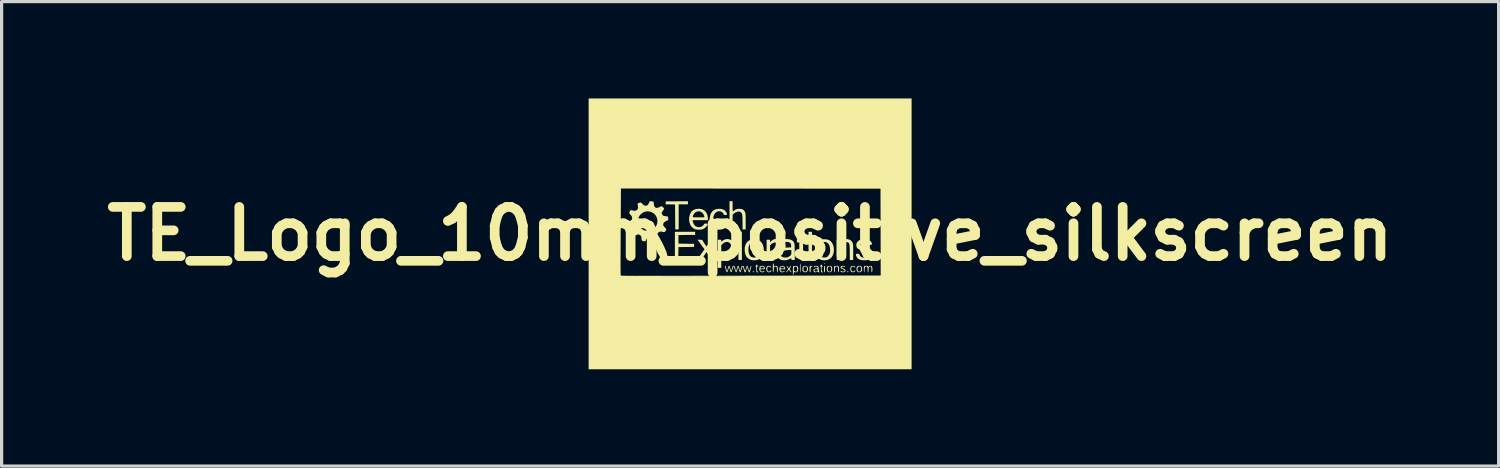
<source format=kicad_pcb>
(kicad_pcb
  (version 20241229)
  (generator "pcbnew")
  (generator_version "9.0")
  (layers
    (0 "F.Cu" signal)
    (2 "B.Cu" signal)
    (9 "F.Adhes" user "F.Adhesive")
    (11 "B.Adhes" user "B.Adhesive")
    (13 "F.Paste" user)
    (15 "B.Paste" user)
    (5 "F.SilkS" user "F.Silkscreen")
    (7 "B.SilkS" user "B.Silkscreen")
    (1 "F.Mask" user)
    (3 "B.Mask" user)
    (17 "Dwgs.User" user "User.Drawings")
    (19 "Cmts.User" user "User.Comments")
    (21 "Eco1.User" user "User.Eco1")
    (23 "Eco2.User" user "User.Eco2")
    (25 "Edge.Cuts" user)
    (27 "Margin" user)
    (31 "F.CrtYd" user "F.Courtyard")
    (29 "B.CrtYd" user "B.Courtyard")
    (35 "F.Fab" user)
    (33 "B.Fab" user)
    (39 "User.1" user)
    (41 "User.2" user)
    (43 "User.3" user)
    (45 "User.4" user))
  (footprint "TE_Logo_10mm_positive_silkscreen"
    (layer "F.Cu")
    (at 20.182 4.193)
    (property "Reference" "TE_Logo_10mm_positive_silkscreen" (at 0 0 0) (layer "F.SilkS") (effects (font (size 1.524 1.524) (thickness 0.3))))
    (attr board_only exclude_from_pos_files exclude_from_bom)
    (fp_poly (pts (xy -0.255 0.809) (xy -0.362 0.809) (xy -0.362 -0.064) (xy -0.255 -0.064)) (stroke (width 0) (type solid)) (fill yes) (layer "F.SilkS"))
    (fp_poly (pts (xy 1.915 0.053) (xy 1.809 0.053) (xy 1.809 -0.064) (xy 1.915 -0.064)) (stroke (width 0) (type solid)) (fill yes) (layer "F.SilkS"))
    (fp_poly (pts (xy 1.915 0.809) (xy 1.809 0.809) (xy 1.809 0.181) (xy 1.915 0.181)) (stroke (width 0) (type solid)) (fill yes) (layer "F.SilkS"))
    (fp_poly (pts (xy 0.114 1.158) (xy 0.117 1.171) (xy 0.11 1.188) (xy 0.101 1.192) (xy 0.088 1.183) (xy 0.085 1.171) (xy 0.092 1.153) (xy 0.101 1.149)) (stroke (width 0) (type solid)) (fill yes) (layer "F.SilkS"))
    (fp_poly (pts (xy 2.318 0.921) (xy 2.32 0.926) (xy 2.311 0.935) (xy 2.304 0.936) (xy 2.29 0.931) (xy 2.288 0.926) (xy 2.296 0.916) (xy 2.304 0.915)) (stroke (width 0) (type solid)) (fill yes) (layer "F.SilkS"))
    (fp_poly (pts (xy 3.04 1.158) (xy 3.043 1.171) (xy 3.037 1.188) (xy 3.027 1.192) (xy 3.014 1.183) (xy 3.011 1.171) (xy 3.018 1.153) (xy 3.027 1.149)) (stroke (width 0) (type solid)) (fill yes) (layer "F.SilkS"))
    (fp_poly (pts (xy -1.926 -0.915) (xy -2.213 -0.915) (xy -2.213 -0.138) (xy -2.319 -0.138) (xy -2.322 -0.524) (xy -2.325 -0.91) (xy -2.617 -0.916) (xy -2.611 -1.006) (xy -1.926 -1.011)) (stroke (width 0) (type solid)) (fill yes) (layer "F.SilkS"))
    (fp_poly (pts (xy -1.703 0.032) (xy -1.961 0.034) (xy -2.219 0.037) (xy -2.219 0.303) (xy -1.734 0.309) (xy -1.734 0.404) (xy -2.219 0.41) (xy -2.222 0.556) (xy -2.225 0.702) (xy -1.956 0.705) (xy -1.687 0.708) (xy -1.683 0.758) (xy -1.68 0.809) (xy -2.33 0.809) (xy -2.33 -0.064) (xy -1.703 -0.064)) (stroke (width 0) (type solid)) (fill yes) (layer "F.SilkS"))
    (fp_poly (pts (xy 1.558 0.925) (xy 1.562 0.955) (xy 1.564 1.001) (xy 1.564 1.053) (xy 1.563 1.113) (xy 1.561 1.157) (xy 1.558 1.184) (xy 1.554 1.192) (xy 1.549 1.182) (xy 1.546 1.152) (xy 1.544 1.106) (xy 1.543 1.053) (xy 1.544 0.994) (xy 1.546 0.95) (xy 1.55 0.923) (xy 1.554 0.915)) (stroke (width 0) (type solid)) (fill yes) (layer "F.SilkS"))
    (fp_poly (pts (xy 0.83 0.218) (xy 0.829 0.252) (xy 0.826 0.268) (xy 0.818 0.273) (xy 0.803 0.27) (xy 0.754 0.268) (xy 0.703 0.285) (xy 0.659 0.316) (xy 0.617 0.354) (xy 0.617 0.809) (xy 0.511 0.809) (xy 0.511 0.181) (xy 0.617 0.181) (xy 0.617 0.26) (xy 0.657 0.221) (xy 0.704 0.184) (xy 0.751 0.164) (xy 0.793 0.16) (xy 0.83 0.16)) (stroke (width 0) (type solid)) (fill yes) (layer "F.SilkS"))
    (fp_poly (pts (xy 2.311 0.993) (xy 2.316 1.006) (xy 2.319 1.033) (xy 2.32 1.076) (xy 2.32 1.091) (xy 2.319 1.142) (xy 2.316 1.174) (xy 2.31 1.189) (xy 2.301 1.19) (xy 2.295 1.185) (xy 2.292 1.172) (xy 2.289 1.142) (xy 2.288 1.102) (xy 2.288 1.084) (xy 2.288 1.037) (xy 2.291 1.009) (xy 2.295 0.994) (xy 2.303 0.99) (xy 2.304 0.99)) (stroke (width 0) (type solid)) (fill yes) (layer "F.SilkS"))
    (fp_poly (pts (xy 1.871 0.996) (xy 1.873 1.002) (xy 1.876 1.01) (xy 1.886 1.002) (xy 1.903 0.992) (xy 1.923 0.99) (xy 1.936 0.996) (xy 1.937 1) (xy 1.928 1.009) (xy 1.916 1.011) (xy 1.895 1.018) (xy 1.881 1.041) (xy 1.874 1.082) (xy 1.873 1.122) (xy 1.872 1.161) (xy 1.868 1.183) (xy 1.861 1.191) (xy 1.857 1.192) (xy 1.849 1.188) (xy 1.844 1.175) (xy 1.842 1.149) (xy 1.841 1.105) (xy 1.841 1.091) (xy 1.841 1.043) (xy 1.844 1.012) (xy 1.848 0.996) (xy 1.855 0.99) (xy 1.857 0.99)) (stroke (width 0) (type solid)) (fill yes) (layer "F.SilkS"))
    (fp_poly (pts (xy 0.62 0.996) (xy 0.643 1.013) (xy 0.652 1.034) (xy 0.646 1.042) (xy 0.629 1.036) (xy 0.618 1.028) (xy 0.59 1.013) (xy 0.561 1.014) (xy 0.545 1.024) (xy 0.536 1.045) (xy 0.532 1.077) (xy 0.534 1.113) (xy 0.542 1.142) (xy 0.549 1.154) (xy 0.575 1.169) (xy 0.602 1.166) (xy 0.62 1.149) (xy 0.635 1.133) (xy 0.651 1.128) (xy 0.659 1.135) (xy 0.66 1.139) (xy 0.653 1.153) (xy 0.638 1.171) (xy 0.607 1.189) (xy 0.57 1.19) (xy 0.535 1.173) (xy 0.526 1.166) (xy 0.507 1.134) (xy 0.499 1.094) (xy 0.502 1.052) (xy 0.515 1.018) (xy 0.521 1.011) (xy 0.551 0.994) (xy 0.586 0.989)) (stroke (width 0) (type solid)) (fill yes) (layer "F.SilkS"))
    (fp_poly (pts (xy 3.213 0.994) (xy 3.24 1.006) (xy 3.255 1.025) (xy 3.256 1.033) (xy 3.249 1.042) (xy 3.234 1.041) (xy 3.222 1.03) (xy 3.22 1.027) (xy 3.206 1.015) (xy 3.182 1.011) (xy 3.155 1.016) (xy 3.141 1.034) (xy 3.139 1.038) (xy 3.13 1.079) (xy 3.132 1.115) (xy 3.144 1.145) (xy 3.162 1.164) (xy 3.185 1.17) (xy 3.21 1.16) (xy 3.221 1.149) (xy 3.241 1.131) (xy 3.253 1.131) (xy 3.256 1.143) (xy 3.247 1.165) (xy 3.223 1.181) (xy 3.191 1.189) (xy 3.158 1.188) (xy 3.137 1.181) (xy 3.116 1.157) (xy 3.104 1.121) (xy 3.101 1.08) (xy 3.108 1.04) (xy 3.125 1.009) (xy 3.149 0.994) (xy 3.18 0.99)) (stroke (width 0) (type solid)) (fill yes) (layer "F.SilkS"))
    (fp_poly (pts (xy 1.749 0.998) (xy 1.778 1.023) (xy 1.793 1.06) (xy 1.792 1.108) (xy 1.787 1.13) (xy 1.768 1.165) (xy 1.737 1.186) (xy 1.701 1.191) (xy 1.664 1.181) (xy 1.642 1.164) (xy 1.626 1.146) (xy 1.619 1.127) (xy 1.618 1.099) (xy 1.619 1.091) (xy 1.65 1.091) (xy 1.654 1.127) (xy 1.665 1.152) (xy 1.667 1.154) (xy 1.694 1.168) (xy 1.723 1.165) (xy 1.748 1.146) (xy 1.754 1.135) (xy 1.763 1.097) (xy 1.759 1.055) (xy 1.746 1.023) (xy 1.728 1.011) (xy 1.701 1.009) (xy 1.675 1.018) (xy 1.663 1.028) (xy 1.653 1.055) (xy 1.65 1.091) (xy 1.619 1.091) (xy 1.62 1.078) (xy 1.627 1.033) (xy 1.643 1.006) (xy 1.671 0.993) (xy 1.708 0.99)) (stroke (width 0) (type solid)) (fill yes) (layer "F.SilkS"))
    (fp_poly (pts (xy 2.207 0.951) (xy 2.216 0.968) (xy 2.216 0.968) (xy 2.228 0.986) (xy 2.239 0.99) (xy 2.254 0.995) (xy 2.256 1) (xy 2.247 1.009) (xy 2.235 1.011) (xy 2.223 1.013) (xy 2.216 1.024) (xy 2.214 1.047) (xy 2.213 1.074) (xy 2.215 1.122) (xy 2.22 1.153) (xy 2.23 1.168) (xy 2.241 1.171) (xy 2.254 1.177) (xy 2.256 1.181) (xy 2.247 1.189) (xy 2.228 1.192) (xy 2.207 1.189) (xy 2.199 1.185) (xy 2.196 1.171) (xy 2.193 1.142) (xy 2.192 1.104) (xy 2.192 1.095) (xy 2.191 1.052) (xy 2.188 1.026) (xy 2.182 1.012) (xy 2.173 1.006) (xy 2.16 0.999) (xy 2.166 0.992) (xy 2.173 0.988) (xy 2.189 0.973) (xy 2.192 0.962) (xy 2.197 0.948)) (stroke (width 0) (type solid)) (fill yes) (layer "F.SilkS"))
    (fp_poly (pts (xy 0.211 0.956) (xy 0.216 0.968) (xy 0.228 0.986) (xy 0.238 0.99) (xy 0.253 0.995) (xy 0.255 1) (xy 0.246 1.009) (xy 0.234 1.011) (xy 0.222 1.013) (xy 0.216 1.024) (xy 0.213 1.047) (xy 0.213 1.074) (xy 0.214 1.122) (xy 0.22 1.153) (xy 0.23 1.168) (xy 0.241 1.171) (xy 0.254 1.177) (xy 0.255 1.181) (xy 0.247 1.189) (xy 0.227 1.192) (xy 0.207 1.189) (xy 0.199 1.185) (xy 0.195 1.171) (xy 0.193 1.142) (xy 0.192 1.104) (xy 0.192 1.094) (xy 0.191 1.051) (xy 0.188 1.025) (xy 0.182 1.013) (xy 0.176 1.011) (xy 0.161 1.005) (xy 0.16 1) (xy 0.168 0.991) (xy 0.176 0.99) (xy 0.189 0.981) (xy 0.192 0.968) (xy 0.195 0.951) (xy 0.201 0.947)) (stroke (width 0) (type solid)) (fill yes) (layer "F.SilkS"))
    (fp_poly (pts (xy 3.423 0.995) (xy 3.451 1.014) (xy 3.466 1.047) (xy 3.469 1.086) (xy 3.466 1.123) (xy 3.457 1.149) (xy 3.443 1.166) (xy 3.408 1.188) (xy 3.369 1.191) (xy 3.333 1.176) (xy 3.32 1.165) (xy 3.301 1.132) (xy 3.295 1.089) (xy 3.297 1.069) (xy 3.326 1.069) (xy 3.326 1.107) (xy 3.333 1.136) (xy 3.343 1.156) (xy 3.344 1.157) (xy 3.365 1.169) (xy 3.394 1.168) (xy 3.419 1.155) (xy 3.42 1.154) (xy 3.433 1.129) (xy 3.438 1.094) (xy 3.435 1.058) (xy 3.424 1.028) (xy 3.415 1.018) (xy 3.386 1.007) (xy 3.359 1.015) (xy 3.338 1.037) (xy 3.326 1.069) (xy 3.297 1.069) (xy 3.301 1.045) (xy 3.313 1.017) (xy 3.329 0.999) (xy 3.35 0.991) (xy 3.379 0.99)) (stroke (width 0) (type solid)) (fill yes) (layer "F.SilkS"))
    (fp_poly (pts (xy 2.499 0.995) (xy 2.525 1.012) (xy 2.539 1.043) (xy 2.543 1.088) (xy 2.54 1.126) (xy 2.529 1.151) (xy 2.517 1.166) (xy 2.482 1.187) (xy 2.443 1.19) (xy 2.404 1.172) (xy 2.401 1.17) (xy 2.384 1.153) (xy 2.375 1.132) (xy 2.373 1.1) (xy 2.373 1.092) (xy 2.374 1.08) (xy 2.4 1.08) (xy 2.406 1.123) (xy 2.41 1.134) (xy 2.424 1.159) (xy 2.441 1.169) (xy 2.457 1.171) (xy 2.488 1.163) (xy 2.5 1.15) (xy 2.507 1.127) (xy 2.511 1.093) (xy 2.511 1.081) (xy 2.509 1.048) (xy 2.5 1.028) (xy 2.485 1.015) (xy 2.464 1.004) (xy 2.447 1.006) (xy 2.433 1.014) (xy 2.409 1.042) (xy 2.4 1.08) (xy 2.374 1.08) (xy 2.377 1.044) (xy 2.39 1.012) (xy 2.415 0.995) (xy 2.454 0.99) (xy 2.458 0.99)) (stroke (width 0) (type solid)) (fill yes) (layer "F.SilkS"))
    (fp_poly (pts (xy 2.615 0.991) (xy 2.621 1.003) (xy 2.628 1.011) (xy 2.64 1.003) (xy 2.659 0.994) (xy 2.689 0.99) (xy 2.695 0.99) (xy 2.723 0.992) (xy 2.738 1.003) (xy 2.746 1.018) (xy 2.752 1.045) (xy 2.754 1.08) (xy 2.754 1.119) (xy 2.75 1.154) (xy 2.744 1.18) (xy 2.737 1.189) (xy 2.73 1.185) (xy 2.726 1.166) (xy 2.724 1.129) (xy 2.724 1.119) (xy 2.723 1.07) (xy 2.719 1.038) (xy 2.711 1.02) (xy 2.697 1.012) (xy 2.682 1.011) (xy 2.654 1.016) (xy 2.637 1.034) (xy 2.627 1.066) (xy 2.623 1.11) (xy 2.622 1.151) (xy 2.62 1.175) (xy 2.617 1.187) (xy 2.612 1.191) (xy 2.607 1.192) (xy 2.602 1.182) (xy 2.598 1.154) (xy 2.597 1.111) (xy 2.596 1.091) (xy 2.598 1.04) (xy 2.602 1.006) (xy 2.608 0.989)) (stroke (width 0) (type solid)) (fill yes) (layer "F.SilkS"))
    (fp_poly (pts (xy 1.147 0.998) (xy 1.165 1.019) (xy 1.171 1.028) (xy 1.187 1.052) (xy 1.197 1.06) (xy 1.206 1.054) (xy 1.212 1.046) (xy 1.23 1.021) (xy 1.24 1.005) (xy 1.255 0.992) (xy 1.264 0.991) (xy 1.268 1.001) (xy 1.257 1.025) (xy 1.25 1.034) (xy 1.234 1.061) (xy 1.225 1.081) (xy 1.224 1.086) (xy 1.229 1.1) (xy 1.244 1.126) (xy 1.256 1.145) (xy 1.274 1.173) (xy 1.279 1.188) (xy 1.272 1.192) (xy 1.257 1.183) (xy 1.238 1.162) (xy 1.229 1.149) (xy 1.213 1.124) (xy 1.201 1.109) (xy 1.198 1.107) (xy 1.191 1.115) (xy 1.176 1.135) (xy 1.166 1.149) (xy 1.146 1.176) (xy 1.129 1.191) (xy 1.119 1.192) (xy 1.117 1.186) (xy 1.123 1.174) (xy 1.137 1.151) (xy 1.15 1.133) (xy 1.182 1.085) (xy 1.149 1.037) (xy 1.131 1.008) (xy 1.126 0.993) (xy 1.132 0.99)) (stroke (width 0) (type solid)) (fill yes) (layer "F.SilkS"))
    (fp_poly (pts (xy 2.905 0.992) (xy 2.931 1.001) (xy 2.937 1.006) (xy 2.945 1.023) (xy 2.938 1.03) (xy 2.922 1.022) (xy 2.901 1.014) (xy 2.872 1.013) (xy 2.871 1.013) (xy 2.846 1.019) (xy 2.836 1.032) (xy 2.836 1.037) (xy 2.842 1.052) (xy 2.864 1.065) (xy 2.889 1.075) (xy 2.925 1.09) (xy 2.945 1.107) (xy 2.953 1.122) (xy 2.957 1.146) (xy 2.948 1.163) (xy 2.938 1.172) (xy 2.906 1.186) (xy 2.866 1.191) (xy 2.828 1.185) (xy 2.817 1.18) (xy 2.803 1.166) (xy 2.798 1.15) (xy 2.804 1.139) (xy 2.808 1.139) (xy 2.822 1.146) (xy 2.83 1.155) (xy 2.852 1.167) (xy 2.883 1.17) (xy 2.911 1.163) (xy 2.914 1.161) (xy 2.927 1.145) (xy 2.92 1.126) (xy 2.897 1.108) (xy 2.87 1.097) (xy 2.827 1.077) (xy 2.803 1.055) (xy 2.8 1.03) (xy 2.815 1.006) (xy 2.838 0.995) (xy 2.871 0.99)) (stroke (width 0) (type solid)) (fill yes) (layer "F.SilkS"))
    (fp_poly (pts (xy -0.543 -0.851) (xy -0.542 -0.796) (xy -0.541 -0.749) (xy -0.538 -0.714) (xy -0.535 -0.694) (xy -0.534 -0.692) (xy -0.521 -0.699) (xy -0.504 -0.714) (xy -0.46 -0.75) (xy -0.406 -0.77) (xy -0.338 -0.776) (xy -0.323 -0.775) (xy -0.266 -0.769) (xy -0.224 -0.754) (xy -0.192 -0.727) (xy -0.165 -0.687) (xy -0.162 -0.681) (xy -0.155 -0.665) (xy -0.149 -0.649) (xy -0.145 -0.629) (xy -0.142 -0.604) (xy -0.14 -0.569) (xy -0.139 -0.522) (xy -0.138 -0.459) (xy -0.138 -0.386) (xy -0.138 -0.138) (xy -0.234 -0.138) (xy -0.234 -0.348) (xy -0.235 -0.416) (xy -0.236 -0.48) (xy -0.239 -0.534) (xy -0.241 -0.576) (xy -0.244 -0.601) (xy -0.244 -0.601) (xy -0.264 -0.647) (xy -0.295 -0.677) (xy -0.336 -0.691) (xy -0.384 -0.69) (xy -0.436 -0.673) (xy -0.489 -0.64) (xy -0.513 -0.619) (xy -0.543 -0.592) (xy -0.543 -0.138) (xy -0.638 -0.138) (xy -0.638 -1.011) (xy -0.543 -1.011)) (stroke (width 0) (type solid)) (fill yes) (layer "F.SilkS"))
    (fp_poly (pts (xy 0.729 0.921) (xy 0.733 0.942) (xy 0.734 0.965) (xy 0.735 0.995) (xy 0.739 1.006) (xy 0.747 1.002) (xy 0.765 0.994) (xy 0.794 0.99) (xy 0.8 0.99) (xy 0.829 0.992) (xy 0.844 1.003) (xy 0.852 1.018) (xy 0.858 1.045) (xy 0.86 1.08) (xy 0.859 1.119) (xy 0.856 1.154) (xy 0.85 1.18) (xy 0.843 1.189) (xy 0.836 1.185) (xy 0.832 1.166) (xy 0.83 1.129) (xy 0.83 1.119) (xy 0.829 1.07) (xy 0.825 1.038) (xy 0.817 1.02) (xy 0.803 1.012) (xy 0.788 1.011) (xy 0.763 1.014) (xy 0.747 1.027) (xy 0.738 1.053) (xy 0.733 1.096) (xy 0.732 1.112) (xy 0.728 1.156) (xy 0.722 1.182) (xy 0.716 1.189) (xy 0.71 1.186) (xy 0.706 1.17) (xy 0.704 1.14) (xy 0.702 1.092) (xy 0.702 1.054) (xy 0.703 0.997) (xy 0.704 0.957) (xy 0.707 0.932) (xy 0.711 0.919) (xy 0.717 0.915) (xy 0.718 0.915)) (stroke (width 0) (type solid)) (fill yes) (layer "F.SilkS"))
    (fp_poly (pts (xy 3.082 0.18) (xy 3.109 0.195) (xy 3.136 0.219) (xy 3.161 0.253) (xy 3.168 0.266) (xy 3.176 0.282) (xy 3.182 0.298) (xy 3.186 0.318) (xy 3.189 0.343) (xy 3.191 0.378) (xy 3.192 0.426) (xy 3.192 0.488) (xy 3.192 0.561) (xy 3.192 0.809) (xy 3.086 0.809) (xy 3.086 0.58) (xy 3.085 0.488) (xy 3.083 0.415) (xy 3.079 0.359) (xy 3.071 0.318) (xy 3.059 0.289) (xy 3.042 0.271) (xy 3.02 0.26) (xy 2.992 0.256) (xy 2.969 0.255) (xy 2.911 0.265) (xy 2.856 0.295) (xy 2.823 0.323) (xy 2.788 0.355) (xy 2.788 0.809) (xy 2.682 0.809) (xy 2.682 0.181) (xy 2.735 0.181) (xy 2.766 0.182) (xy 2.782 0.186) (xy 2.787 0.197) (xy 2.788 0.213) (xy 2.79 0.235) (xy 2.794 0.245) (xy 2.794 0.245) (xy 2.805 0.239) (xy 2.826 0.223) (xy 2.839 0.213) (xy 2.895 0.181) (xy 2.958 0.164) (xy 3.022 0.164)) (stroke (width 0) (type solid)) (fill yes) (layer "F.SilkS"))
    (fp_poly (pts (xy 1.037 0.996) (xy 1.064 1.018) (xy 1.08 1.057) (xy 1.081 1.062) (xy 1.088 1.096) (xy 1.012 1.096) (xy 0.969 1.097) (xy 0.944 1.103) (xy 0.937 1.114) (xy 0.944 1.132) (xy 0.953 1.147) (xy 0.976 1.165) (xy 1.006 1.17) (xy 1.034 1.162) (xy 1.043 1.155) (xy 1.058 1.145) (xy 1.067 1.146) (xy 1.07 1.156) (xy 1.058 1.169) (xy 1.037 1.181) (xy 1.011 1.19) (xy 0.994 1.192) (xy 0.958 1.184) (xy 0.937 1.171) (xy 0.912 1.132) (xy 0.906 1.084) (xy 0.909 1.062) (xy 0.911 1.055) (xy 0.94 1.055) (xy 0.95 1.068) (xy 0.977 1.074) (xy 0.995 1.075) (xy 1.025 1.073) (xy 1.045 1.067) (xy 1.048 1.064) (xy 1.05 1.044) (xy 1.037 1.025) (xy 1.012 1.013) (xy 0.995 1.011) (xy 0.963 1.016) (xy 0.947 1.032) (xy 0.94 1.055) (xy 0.911 1.055) (xy 0.924 1.021) (xy 0.95 0.998) (xy 0.99 0.99) (xy 0.995 0.99)) (stroke (width 0) (type solid)) (fill yes) (layer "F.SilkS"))
    (fp_poly (pts (xy 0.409 0.993) (xy 0.421 0.998) (xy 0.44 1.019) (xy 0.453 1.05) (xy 0.458 1.074) (xy 0.456 1.086) (xy 0.447 1.092) (xy 0.427 1.095) (xy 0.392 1.096) (xy 0.382 1.096) (xy 0.343 1.096) (xy 0.321 1.098) (xy 0.313 1.104) (xy 0.312 1.113) (xy 0.314 1.12) (xy 0.331 1.149) (xy 0.357 1.167) (xy 0.386 1.17) (xy 0.412 1.158) (xy 0.415 1.154) (xy 0.431 1.144) (xy 0.44 1.149) (xy 0.443 1.162) (xy 0.429 1.176) (xy 0.405 1.187) (xy 0.377 1.191) (xy 0.344 1.185) (xy 0.317 1.171) (xy 0.296 1.143) (xy 0.285 1.106) (xy 0.285 1.066) (xy 0.287 1.056) (xy 0.319 1.056) (xy 0.323 1.067) (xy 0.337 1.073) (xy 0.366 1.075) (xy 0.372 1.075) (xy 0.405 1.073) (xy 0.421 1.068) (xy 0.426 1.058) (xy 0.426 1.056) (xy 0.417 1.029) (xy 0.392 1.013) (xy 0.372 1.011) (xy 0.34 1.019) (xy 0.322 1.04) (xy 0.319 1.056) (xy 0.287 1.056) (xy 0.294 1.029) (xy 0.314 1.004) (xy 0.319 1) (xy 0.345 0.993) (xy 0.379 0.99)) (stroke (width 0) (type solid)) (fill yes) (layer "F.SilkS"))
    (fp_poly (pts (xy 1.352 0.998) (xy 1.355 1.003) (xy 1.362 1.011) (xy 1.373 1.003) (xy 1.4 0.991) (xy 1.433 0.991) (xy 1.463 1.003) (xy 1.473 1.013) (xy 1.486 1.044) (xy 1.49 1.084) (xy 1.487 1.126) (xy 1.477 1.159) (xy 1.468 1.171) (xy 1.445 1.185) (xy 1.417 1.191) (xy 1.391 1.19) (xy 1.378 1.181) (xy 1.366 1.17) (xy 1.357 1.178) (xy 1.352 1.204) (xy 1.351 1.218) (xy 1.349 1.252) (xy 1.341 1.266) (xy 1.337 1.266) (xy 1.331 1.262) (xy 1.327 1.247) (xy 1.325 1.219) (xy 1.324 1.174) (xy 1.324 1.128) (xy 1.324 1.091) (xy 1.351 1.091) (xy 1.358 1.127) (xy 1.376 1.154) (xy 1.4 1.169) (xy 1.426 1.169) (xy 1.445 1.158) (xy 1.452 1.14) (xy 1.457 1.11) (xy 1.458 1.091) (xy 1.454 1.048) (xy 1.442 1.023) (xy 1.42 1.012) (xy 1.408 1.011) (xy 1.382 1.021) (xy 1.362 1.046) (xy 1.352 1.081) (xy 1.351 1.091) (xy 1.324 1.091) (xy 1.325 1.065) (xy 1.327 1.022) (xy 1.331 0.998) (xy 1.337 0.99) (xy 1.337 0.99)) (stroke (width 0) (type solid)) (fill yes) (layer "F.SilkS"))
    (fp_poly (pts (xy 2.081 0.993) (xy 2.104 1.005) (xy 2.117 1.029) (xy 2.124 1.069) (xy 2.126 1.097) (xy 2.13 1.134) (xy 2.135 1.16) (xy 2.14 1.17) (xy 2.14 1.171) (xy 2.149 1.179) (xy 2.149 1.181) (xy 2.142 1.191) (xy 2.124 1.191) (xy 2.106 1.183) (xy 2.098 1.173) (xy 2.089 1.161) (xy 2.078 1.164) (xy 2.067 1.173) (xy 2.036 1.189) (xy 2.003 1.189) (xy 1.976 1.172) (xy 1.959 1.143) (xy 1.96 1.136) (xy 1.993 1.136) (xy 1.994 1.143) (xy 2.008 1.165) (xy 2.032 1.171) (xy 2.06 1.161) (xy 2.076 1.149) (xy 2.094 1.123) (xy 2.092 1.104) (xy 2.071 1.093) (xy 2.05 1.092) (xy 2.013 1.097) (xy 1.995 1.112) (xy 1.993 1.136) (xy 1.96 1.136) (xy 1.962 1.114) (xy 1.981 1.091) (xy 2.016 1.076) (xy 2.044 1.071) (xy 2.079 1.065) (xy 2.094 1.052) (xy 2.09 1.032) (xy 2.085 1.026) (xy 2.065 1.014) (xy 2.037 1.012) (xy 2.013 1.018) (xy 2.004 1.026) (xy 1.989 1.036) (xy 1.981 1.033) (xy 1.973 1.021) (xy 1.982 1.008) (xy 2.004 0.997) (xy 2.034 0.99) (xy 2.048 0.99)) (stroke (width 0) (type solid)) (fill yes) (layer "F.SilkS"))
    (fp_poly (pts (xy 1.639 0.183) (xy 1.686 0.179) (xy 1.715 0.178) (xy 1.73 0.182) (xy 1.735 0.195) (xy 1.737 0.202) (xy 1.739 0.237) (xy 1.73 0.257) (xy 1.708 0.265) (xy 1.686 0.266) (xy 1.639 0.266) (xy 1.639 0.479) (xy 1.639 0.551) (xy 1.639 0.606) (xy 1.641 0.645) (xy 1.643 0.672) (xy 1.646 0.69) (xy 1.651 0.702) (xy 1.658 0.711) (xy 1.661 0.714) (xy 1.685 0.73) (xy 1.714 0.732) (xy 1.72 0.731) (xy 1.743 0.728) (xy 1.753 0.734) (xy 1.756 0.754) (xy 1.756 0.766) (xy 1.753 0.794) (xy 1.744 0.808) (xy 1.732 0.813) (xy 1.698 0.817) (xy 1.655 0.817) (xy 1.614 0.813) (xy 1.611 0.812) (xy 1.588 0.801) (xy 1.564 0.782) (xy 1.563 0.781) (xy 1.551 0.764) (xy 1.541 0.741) (xy 1.534 0.71) (xy 1.529 0.667) (xy 1.526 0.611) (xy 1.523 0.538) (xy 1.523 0.45) (xy 1.522 0.266) (xy 1.484 0.266) (xy 1.461 0.265) (xy 1.45 0.257) (xy 1.447 0.236) (xy 1.447 0.223) (xy 1.448 0.196) (xy 1.455 0.184) (xy 1.473 0.181) (xy 1.484 0.181) (xy 1.522 0.181) (xy 1.522 0.021) (xy 1.639 0.021)) (stroke (width 0) (type solid)) (fill yes) (layer "F.SilkS"))
    (fp_poly (pts (xy 0.176 0.165) (xy 0.247 0.185) (xy 0.308 0.222) (xy 0.358 0.273) (xy 0.394 0.337) (xy 0.416 0.413) (xy 0.422 0.497) (xy 0.417 0.553) (xy 0.397 0.639) (xy 0.363 0.708) (xy 0.317 0.76) (xy 0.257 0.796) (xy 0.183 0.815) (xy 0.128 0.819) (xy 0.075 0.817) (xy 0.035 0.809) (xy -0.004 0.795) (xy -0.005 0.794) (xy -0.068 0.755) (xy -0.115 0.703) (xy -0.147 0.636) (xy -0.165 0.555) (xy -0.168 0.515) (xy -0.168 0.501) (xy -0.053 0.501) (xy -0.046 0.573) (xy -0.027 0.635) (xy 0.003 0.683) (xy 0.042 0.715) (xy 0.093 0.731) (xy 0.148 0.733) (xy 0.198 0.719) (xy 0.214 0.71) (xy 0.253 0.671) (xy 0.282 0.619) (xy 0.301 0.557) (xy 0.307 0.49) (xy 0.302 0.424) (xy 0.285 0.363) (xy 0.256 0.311) (xy 0.247 0.3) (xy 0.201 0.265) (xy 0.149 0.249) (xy 0.094 0.25) (xy 0.043 0.271) (xy 0.01 0.296) (xy -0.02 0.333) (xy -0.039 0.375) (xy -0.05 0.427) (xy -0.053 0.495) (xy -0.053 0.501) (xy -0.168 0.501) (xy -0.165 0.423) (xy -0.146 0.343) (xy -0.112 0.277) (xy -0.063 0.224) (xy -0.001 0.186) (xy 0.073 0.165) (xy 0.096 0.162)) (stroke (width 0) (type solid)) (fill yes) (layer "F.SilkS"))
    (fp_poly (pts (xy -1.557 0.183) (xy -1.486 0.186) (xy -1.422 0.289) (xy -1.395 0.329) (xy -1.373 0.361) (xy -1.357 0.382) (xy -1.35 0.387) (xy -1.341 0.377) (xy -1.325 0.352) (xy -1.302 0.317) (xy -1.28 0.282) (xy -1.218 0.181) (xy -1.152 0.181) (xy -1.117 0.182) (xy -1.093 0.184) (xy -1.085 0.187) (xy -1.091 0.197) (xy -1.108 0.222) (xy -1.132 0.257) (xy -1.163 0.301) (xy -1.187 0.336) (xy -1.229 0.396) (xy -1.259 0.442) (xy -1.277 0.474) (xy -1.281 0.491) (xy -1.281 0.492) (xy -1.272 0.505) (xy -1.253 0.532) (xy -1.226 0.57) (xy -1.194 0.615) (xy -1.168 0.651) (xy -1.134 0.699) (xy -1.104 0.742) (xy -1.081 0.775) (xy -1.067 0.796) (xy -1.064 0.803) (xy -1.074 0.806) (xy -1.099 0.808) (xy -1.128 0.809) (xy -1.192 0.809) (xy -1.273 0.685) (xy -1.353 0.561) (xy -1.383 0.608) (xy -1.404 0.64) (xy -1.43 0.681) (xy -1.458 0.725) (xy -1.462 0.732) (xy -1.511 0.809) (xy -1.575 0.809) (xy -1.608 0.808) (xy -1.632 0.805) (xy -1.639 0.802) (xy -1.633 0.792) (xy -1.617 0.767) (xy -1.592 0.731) (xy -1.56 0.686) (xy -1.526 0.637) (xy -1.414 0.479) (xy -1.521 0.329) (xy -1.629 0.18)) (stroke (width 0) (type solid)) (fill yes) (layer "F.SilkS"))
    (fp_poly (pts (xy -0.661 0.164) (xy -0.601 0.186) (xy -0.548 0.223) (xy -0.504 0.276) (xy -0.478 0.329) (xy -0.462 0.393) (xy -0.455 0.466) (xy -0.457 0.542) (xy -0.469 0.61) (xy -0.478 0.638) (xy -0.513 0.71) (xy -0.559 0.764) (xy -0.616 0.799) (xy -0.685 0.817) (xy -0.725 0.819) (xy -0.775 0.817) (xy -0.815 0.807) (xy -0.844 0.793) (xy -0.894 0.767) (xy -0.894 1.053) (xy -1 1.053) (xy -1 0.351) (xy -0.894 0.351) (xy -0.894 0.504) (xy -0.894 0.564) (xy -0.893 0.606) (xy -0.891 0.635) (xy -0.887 0.654) (xy -0.881 0.666) (xy -0.872 0.676) (xy -0.87 0.678) (xy -0.819 0.713) (xy -0.763 0.731) (xy -0.707 0.732) (xy -0.656 0.715) (xy -0.651 0.713) (xy -0.618 0.681) (xy -0.593 0.634) (xy -0.576 0.576) (xy -0.567 0.512) (xy -0.568 0.446) (xy -0.578 0.383) (xy -0.598 0.327) (xy -0.61 0.307) (xy -0.646 0.27) (xy -0.69 0.251) (xy -0.74 0.25) (xy -0.791 0.265) (xy -0.841 0.299) (xy -0.852 0.309) (xy -0.894 0.351) (xy -1 0.351) (xy -1 0.181) (xy -0.947 0.181) (xy -0.916 0.182) (xy -0.9 0.186) (xy -0.894 0.197) (xy -0.894 0.213) (xy -0.894 0.245) (xy -0.846 0.208) (xy -0.786 0.174) (xy -0.723 0.16)) (stroke (width 0) (type solid)) (fill yes) (layer "F.SilkS"))
    (fp_poly (pts (xy 2.298 0.166) (xy 2.365 0.17) (xy 2.416 0.181) (xy 2.459 0.202) (xy 2.5 0.235) (xy 2.512 0.246) (xy 2.551 0.302) (xy 2.578 0.369) (xy 2.593 0.445) (xy 2.594 0.523) (xy 2.583 0.599) (xy 2.559 0.67) (xy 2.522 0.729) (xy 2.513 0.738) (xy 2.462 0.778) (xy 2.399 0.806) (xy 2.328 0.819) (xy 2.256 0.819) (xy 2.188 0.803) (xy 2.162 0.792) (xy 2.102 0.752) (xy 2.057 0.701) (xy 2.026 0.636) (xy 2.01 0.557) (xy 2.007 0.484) (xy 2.008 0.459) (xy 2.12 0.459) (xy 2.121 0.539) (xy 2.136 0.608) (xy 2.163 0.664) (xy 2.174 0.678) (xy 2.204 0.708) (xy 2.232 0.724) (xy 2.267 0.731) (xy 2.313 0.731) (xy 2.35 0.727) (xy 2.375 0.72) (xy 2.397 0.704) (xy 2.416 0.684) (xy 2.449 0.639) (xy 2.47 0.588) (xy 2.478 0.526) (xy 2.477 0.468) (xy 2.466 0.39) (xy 2.442 0.329) (xy 2.406 0.286) (xy 2.358 0.259) (xy 2.298 0.25) (xy 2.239 0.259) (xy 2.191 0.286) (xy 2.155 0.33) (xy 2.131 0.391) (xy 2.12 0.459) (xy 2.008 0.459) (xy 2.013 0.403) (xy 2.03 0.336) (xy 2.061 0.28) (xy 2.089 0.246) (xy 2.132 0.208) (xy 2.177 0.183) (xy 2.229 0.17) (xy 2.296 0.166)) (stroke (width 0) (type solid)) (fill yes) (layer "F.SilkS"))
    (fp_poly (pts (xy 3.541 0.991) (xy 3.547 1.003) (xy 3.554 1.011) (xy 3.566 1.003) (xy 3.587 0.992) (xy 3.616 0.99) (xy 3.641 0.995) (xy 3.654 1.007) (xy 3.661 1.018) (xy 3.671 1.015) (xy 3.681 1.006) (xy 3.711 0.992) (xy 3.736 0.992) (xy 3.761 0.997) (xy 3.775 1.013) (xy 3.78 1.03) (xy 3.785 1.063) (xy 3.787 1.102) (xy 3.785 1.139) (xy 3.78 1.17) (xy 3.772 1.187) (xy 3.77 1.189) (xy 3.762 1.185) (xy 3.758 1.166) (xy 3.756 1.129) (xy 3.756 1.119) (xy 3.755 1.069) (xy 3.751 1.037) (xy 3.743 1.019) (xy 3.73 1.012) (xy 3.719 1.011) (xy 3.694 1.017) (xy 3.678 1.037) (xy 3.669 1.073) (xy 3.666 1.109) (xy 3.664 1.151) (xy 3.662 1.175) (xy 3.66 1.187) (xy 3.655 1.191) (xy 3.65 1.192) (xy 3.644 1.182) (xy 3.641 1.156) (xy 3.639 1.118) (xy 3.638 1.069) (xy 3.634 1.037) (xy 3.626 1.019) (xy 3.612 1.012) (xy 3.601 1.011) (xy 3.573 1.02) (xy 3.554 1.049) (xy 3.545 1.096) (xy 3.543 1.125) (xy 3.542 1.16) (xy 3.538 1.184) (xy 3.533 1.192) (xy 3.528 1.182) (xy 3.524 1.154) (xy 3.522 1.111) (xy 3.522 1.091) (xy 3.524 1.04) (xy 3.527 1.006) (xy 3.533 0.989)) (stroke (width 0) (type solid)) (fill yes) (layer "F.SilkS"))
    (fp_poly (pts (xy -0.884 -0.771) (xy -0.824 -0.751) (xy -0.776 -0.717) (xy -0.739 -0.668) (xy -0.733 -0.658) (xy -0.717 -0.622) (xy -0.714 -0.6) (xy -0.726 -0.589) (xy -0.755 -0.585) (xy -0.766 -0.585) (xy -0.798 -0.586) (xy -0.814 -0.591) (xy -0.819 -0.602) (xy -0.819 -0.606) (xy -0.828 -0.63) (xy -0.851 -0.657) (xy -0.881 -0.681) (xy -0.913 -0.696) (xy -0.921 -0.698) (xy -0.982 -0.7) (xy -1.035 -0.683) (xy -1.079 -0.649) (xy -1.113 -0.6) (xy -1.135 -0.536) (xy -1.143 -0.46) (xy -1.143 -0.452) (xy -1.136 -0.374) (xy -1.115 -0.309) (xy -1.082 -0.258) (xy -1.037 -0.224) (xy -0.985 -0.207) (xy -0.934 -0.208) (xy -0.888 -0.222) (xy -0.85 -0.249) (xy -0.828 -0.283) (xy -0.819 -0.305) (xy -0.807 -0.315) (xy -0.785 -0.319) (xy -0.763 -0.319) (xy -0.71 -0.319) (xy -0.717 -0.285) (xy -0.735 -0.242) (xy -0.768 -0.199) (xy -0.81 -0.164) (xy -0.825 -0.155) (xy -0.867 -0.141) (xy -0.922 -0.132) (xy -0.98 -0.13) (xy -1.034 -0.134) (xy -1.067 -0.142) (xy -1.122 -0.168) (xy -1.163 -0.201) (xy -1.186 -0.227) (xy -1.221 -0.288) (xy -1.243 -0.36) (xy -1.253 -0.437) (xy -1.249 -0.515) (xy -1.232 -0.588) (xy -1.203 -0.653) (xy -1.163 -0.704) (xy -1.106 -0.745) (xy -1.038 -0.769) (xy -0.96 -0.777)) (stroke (width 0) (type solid)) (fill yes) (layer "F.SilkS"))
    (fp_poly (pts (xy -1.499 -0.765) (xy -1.462 -0.751) (xy -1.403 -0.712) (xy -1.357 -0.658) (xy -1.325 -0.591) (xy -1.31 -0.514) (xy -1.309 -0.483) (xy -1.309 -0.426) (xy -1.777 -0.426) (xy -1.777 -0.396) (xy -1.769 -0.356) (xy -1.749 -0.311) (xy -1.721 -0.268) (xy -1.69 -0.237) (xy -1.683 -0.232) (xy -1.635 -0.212) (xy -1.581 -0.207) (xy -1.529 -0.215) (xy -1.483 -0.235) (xy -1.448 -0.266) (xy -1.437 -0.285) (xy -1.425 -0.306) (xy -1.41 -0.316) (xy -1.385 -0.319) (xy -1.37 -0.319) (xy -1.338 -0.317) (xy -1.323 -0.311) (xy -1.319 -0.303) (xy -1.328 -0.269) (xy -1.353 -0.232) (xy -1.387 -0.195) (xy -1.428 -0.164) (xy -1.47 -0.142) (xy -1.478 -0.14) (xy -1.517 -0.133) (xy -1.567 -0.129) (xy -1.62 -0.13) (xy -1.667 -0.134) (xy -1.697 -0.141) (xy -1.764 -0.175) (xy -1.818 -0.227) (xy -1.85 -0.277) (xy -1.879 -0.355) (xy -1.89 -0.438) (xy -1.886 -0.521) (xy -1.881 -0.539) (xy -1.776 -0.539) (xy -1.774 -0.526) (xy -1.762 -0.518) (xy -1.738 -0.513) (xy -1.699 -0.511) (xy -1.643 -0.511) (xy -1.595 -0.511) (xy -1.414 -0.511) (xy -1.421 -0.545) (xy -1.443 -0.606) (xy -1.48 -0.654) (xy -1.53 -0.686) (xy -1.571 -0.698) (xy -1.63 -0.697) (xy -1.683 -0.677) (xy -1.727 -0.639) (xy -1.76 -0.585) (xy -1.761 -0.583) (xy -1.771 -0.557) (xy -1.776 -0.539) (xy -1.881 -0.539) (xy -1.866 -0.599) (xy -1.83 -0.669) (xy -1.805 -0.701) (xy -1.76 -0.737) (xy -1.702 -0.762) (xy -1.635 -0.775) (xy -1.566 -0.777)) (stroke (width 0) (type solid)) (fill yes) (layer "F.SilkS"))
    (fp_poly (pts (xy 5.001 4.193) (xy -5.001 4.193) (xy -5.001 0.502) (xy -4.02 0.502) (xy -4.02 0.65) (xy -4.02 0.781) (xy -4.02 0.894) (xy -4.019 0.992) (xy -4.018 1.074) (xy -4.017 1.141) (xy -4.016 1.196) (xy -4.015 1.237) (xy -4.014 1.267) (xy -4.012 1.286) (xy -4.01 1.295) (xy -4.01 1.296) (xy -4.004 1.297) (xy -3.989 1.298) (xy -3.965 1.299) (xy -3.93 1.3) (xy -3.885 1.301) (xy -3.828 1.302) (xy -3.76 1.303) (xy -3.68 1.303) (xy -3.587 1.304) (xy -3.481 1.305) (xy -3.361 1.305) (xy -3.226 1.305) (xy -3.078 1.306) (xy -2.913 1.306) (xy -2.734 1.306) (xy -2.537 1.307) (xy -2.325 1.307) (xy -2.094 1.307) (xy -1.846 1.307) (xy -1.58 1.307) (xy -1.295 1.307) (xy -0.991 1.307) (xy -0.667 1.307) (xy -0.323 1.306) (xy 0.021 1.306) (xy 4.038 1.304) (xy 0.016 1.298) (xy -4.006 1.293) (xy -4.006 1.288) (xy -4.001 1.288) (xy 4.044 1.288) (xy 4.044 1.272) (xy 4.054 1.272) (xy 4.06 1.277) (xy 4.065 1.272) (xy 4.06 1.266) (xy 4.054 1.272) (xy 4.044 1.272) (xy 4.041 -0.056) (xy 4.038 -1.399) (xy 0.019 -1.402) (xy -4.001 -1.405) (xy -4.001 1.288) (xy -4.006 1.288) (xy -4.012 -0.053) (xy -4.017 -1.399) (xy -4.02 -0.058) (xy -4.02 0.149) (xy -4.02 0.335) (xy -4.02 0.502) (xy -5.001 0.502) (xy -5.001 -1.421) (xy -3.99 -1.421) (xy -3.985 -1.415) (xy -3.98 -1.421) (xy -3.985 -1.426) (xy -3.99 -1.421) (xy -5.001 -1.421) (xy -5.001 -4.193) (xy 5.001 -4.193)) (stroke (width 0) (type solid)) (fill yes) (layer "F.SilkS"))
    (fp_poly (pts (xy 3.642 0.176) (xy 3.699 0.201) (xy 3.741 0.237) (xy 3.767 0.282) (xy 3.774 0.314) (xy 3.768 0.332) (xy 3.745 0.339) (xy 3.72 0.341) (xy 3.69 0.339) (xy 3.673 0.331) (xy 3.662 0.312) (xy 3.661 0.311) (xy 3.642 0.28) (xy 3.611 0.261) (xy 3.564 0.25) (xy 3.55 0.249) (xy 3.494 0.251) (xy 3.446 0.269) (xy 3.412 0.301) (xy 3.406 0.31) (xy 3.396 0.333) (xy 3.4 0.351) (xy 3.408 0.364) (xy 3.419 0.377) (xy 3.439 0.389) (xy 3.471 0.401) (xy 3.517 0.416) (xy 3.551 0.425) (xy 3.628 0.448) (xy 3.686 0.468) (xy 3.729 0.489) (xy 3.759 0.511) (xy 3.779 0.536) (xy 3.791 0.567) (xy 3.795 0.589) (xy 3.795 0.651) (xy 3.776 0.707) (xy 3.74 0.755) (xy 3.69 0.791) (xy 3.663 0.803) (xy 3.618 0.813) (xy 3.561 0.818) (xy 3.502 0.818) (xy 3.448 0.812) (xy 3.413 0.804) (xy 3.379 0.79) (xy 3.349 0.774) (xy 3.347 0.773) (xy 3.321 0.747) (xy 3.297 0.71) (xy 3.281 0.67) (xy 3.277 0.644) (xy 3.279 0.628) (xy 3.288 0.62) (xy 3.31 0.617) (xy 3.328 0.617) (xy 3.36 0.618) (xy 3.376 0.624) (xy 3.385 0.638) (xy 3.39 0.652) (xy 3.408 0.684) (xy 3.437 0.711) (xy 3.46 0.724) (xy 3.483 0.731) (xy 3.514 0.733) (xy 3.551 0.732) (xy 3.594 0.729) (xy 3.622 0.723) (xy 3.642 0.713) (xy 3.654 0.702) (xy 3.682 0.665) (xy 3.687 0.629) (xy 3.672 0.595) (xy 3.672 0.594) (xy 3.657 0.58) (xy 3.635 0.568) (xy 3.6 0.554) (xy 3.55 0.539) (xy 3.525 0.532) (xy 3.451 0.51) (xy 3.395 0.491) (xy 3.355 0.471) (xy 3.327 0.451) (xy 3.309 0.428) (xy 3.304 0.42) (xy 3.288 0.364) (xy 3.291 0.311) (xy 3.312 0.262) (xy 3.349 0.22) (xy 3.4 0.188) (xy 3.464 0.168) (xy 3.497 0.163) (xy 3.574 0.163)) (stroke (width 0) (type solid)) (fill yes) (layer "F.SilkS"))
    (fp_poly (pts (xy 1.168 0.163) (xy 1.241 0.175) (xy 1.298 0.199) (xy 1.34 0.235) (xy 1.356 0.261) (xy 1.363 0.276) (xy 1.368 0.292) (xy 1.373 0.313) (xy 1.376 0.342) (xy 1.378 0.381) (xy 1.379 0.433) (xy 1.38 0.501) (xy 1.381 0.556) (xy 1.384 0.809) (xy 1.331 0.809) (xy 1.299 0.808) (xy 1.283 0.804) (xy 1.277 0.793) (xy 1.277 0.782) (xy 1.275 0.762) (xy 1.273 0.756) (xy 1.262 0.76) (xy 1.237 0.772) (xy 1.212 0.785) (xy 1.152 0.807) (xy 1.085 0.818) (xy 1.018 0.818) (xy 0.959 0.805) (xy 0.936 0.796) (xy 0.886 0.761) (xy 0.855 0.717) (xy 0.841 0.662) (xy 0.841 0.656) (xy 0.95 0.656) (xy 0.964 0.689) (xy 0.993 0.714) (xy 1.032 0.728) (xy 1.082 0.734) (xy 1.134 0.731) (xy 1.174 0.72) (xy 1.205 0.703) (xy 1.237 0.68) (xy 1.242 0.676) (xy 1.261 0.66) (xy 1.271 0.643) (xy 1.276 0.621) (xy 1.277 0.586) (xy 1.277 0.574) (xy 1.277 0.5) (xy 1.2 0.5) (xy 1.115 0.506) (xy 1.047 0.521) (xy 0.997 0.545) (xy 0.964 0.579) (xy 0.952 0.611) (xy 0.95 0.656) (xy 0.841 0.656) (xy 0.841 0.642) (xy 0.849 0.58) (xy 0.873 0.528) (xy 0.914 0.488) (xy 0.973 0.457) (xy 1.05 0.436) (xy 1.146 0.424) (xy 1.181 0.422) (xy 1.272 0.418) (xy 1.27 0.361) (xy 1.267 0.324) (xy 1.259 0.3) (xy 1.242 0.281) (xy 1.241 0.28) (xy 1.204 0.26) (xy 1.154 0.249) (xy 1.098 0.247) (xy 1.073 0.25) (xy 1.037 0.262) (xy 1.004 0.283) (xy 0.979 0.308) (xy 0.968 0.333) (xy 0.968 0.334) (xy 0.964 0.344) (xy 0.947 0.35) (xy 0.914 0.351) (xy 0.91 0.351) (xy 0.876 0.351) (xy 0.859 0.348) (xy 0.855 0.339) (xy 0.857 0.323) (xy 0.858 0.322) (xy 0.881 0.263) (xy 0.921 0.218) (xy 0.977 0.185) (xy 1.048 0.166) (xy 1.133 0.161)) (stroke (width 0) (type solid)) (fill yes) (layer "F.SilkS"))
    (fp_poly (pts (xy 0.038 0.992) (xy 0.037 1.003) (xy 0.032 1.03) (xy 0.023 1.066) (xy 0.013 1.105) (xy 0.002 1.142) (xy -0.007 1.172) (xy -0.014 1.188) (xy -0.015 1.189) (xy -0.029 1.192) (xy -0.044 1.175) (xy -0.058 1.138) (xy -0.068 1.102) (xy -0.078 1.064) (xy -0.086 1.037) (xy -0.091 1.025) (xy -0.092 1.025) (xy -0.097 1.037) (xy -0.106 1.064) (xy -0.116 1.101) (xy -0.117 1.107) (xy -0.127 1.144) (xy -0.136 1.173) (xy -0.142 1.188) (xy -0.142 1.189) (xy -0.157 1.192) (xy -0.172 1.179) (xy -0.183 1.155) (xy -0.185 1.15) (xy -0.194 1.107) (xy -0.206 1.067) (xy -0.217 1.033) (xy -0.227 1.011) (xy -0.233 1.005) (xy -0.24 1.017) (xy -0.249 1.045) (xy -0.261 1.083) (xy -0.266 1.101) (xy -0.281 1.152) (xy -0.295 1.182) (xy -0.308 1.19) (xy -0.321 1.178) (xy -0.335 1.144) (xy -0.347 1.102) (xy -0.357 1.064) (xy -0.367 1.038) (xy -0.373 1.027) (xy -0.374 1.027) (xy -0.38 1.042) (xy -0.388 1.072) (xy -0.398 1.11) (xy -0.399 1.115) (xy -0.412 1.16) (xy -0.424 1.185) (xy -0.436 1.19) (xy -0.45 1.174) (xy -0.465 1.137) (xy -0.478 1.093) (xy -0.49 1.052) (xy -0.5 1.021) (xy -0.508 1.003) (xy -0.51 1) (xy -0.515 1.01) (xy -0.525 1.035) (xy -0.536 1.072) (xy -0.543 1.093) (xy -0.56 1.147) (xy -0.574 1.179) (xy -0.588 1.191) (xy -0.6 1.182) (xy -0.613 1.153) (xy -0.623 1.113) (xy -0.633 1.075) (xy -0.642 1.046) (xy -0.649 1.033) (xy -0.65 1.032) (xy -0.655 1.042) (xy -0.665 1.067) (xy -0.675 1.102) (xy -0.677 1.109) (xy -0.691 1.157) (xy -0.705 1.184) (xy -0.718 1.19) (xy -0.731 1.174) (xy -0.745 1.138) (xy -0.754 1.107) (xy -0.766 1.065) (xy -0.776 1.03) (xy -0.783 1.008) (xy -0.784 1.005) (xy -0.782 0.992) (xy -0.774 0.99) (xy -0.762 0.998) (xy -0.751 1.023) (xy -0.739 1.068) (xy -0.739 1.069) (xy -0.729 1.107) (xy -0.72 1.135) (xy -0.714 1.149) (xy -0.713 1.149) (xy -0.707 1.14) (xy -0.699 1.114) (xy -0.69 1.078) (xy -0.687 1.069) (xy -0.676 1.027) (xy -0.666 1.002) (xy -0.656 0.991) (xy -0.65 0.99) (xy -0.639 0.995) (xy -0.629 1.012) (xy -0.619 1.046) (xy -0.613 1.069) (xy -0.603 1.107) (xy -0.593 1.135) (xy -0.586 1.149) (xy -0.584 1.149) (xy -0.576 1.14) (xy -0.575 1.131) (xy -0.572 1.112) (xy -0.565 1.08) (xy -0.557 1.051) (xy -0.547 1.017) (xy -0.537 0.998) (xy -0.525 0.991) (xy -0.51 0.99) (xy -0.492 0.993) (xy -0.478 1.007) (xy -0.467 1.033) (xy -0.457 1.076) (xy -0.451 1.109) (xy -0.445 1.135) (xy -0.437 1.149) (xy -0.436 1.149) (xy -0.43 1.14) (xy -0.421 1.114) (xy -0.411 1.078) (xy -0.409 1.069) (xy -0.397 1.027) (xy -0.387 1.002) (xy -0.377 0.991) (xy -0.371 0.99) (xy -0.36 0.995) (xy -0.35 1.012) (xy -0.34 1.046) (xy -0.334 1.069) (xy -0.324 1.107) (xy -0.316 1.135) (xy -0.31 1.149) (xy -0.309 1.149) (xy -0.303 1.14) (xy -0.295 1.114) (xy -0.285 1.078) (xy -0.282 1.069) (xy -0.272 1.029) (xy -0.264 1.005) (xy -0.255 0.994) (xy -0.243 0.991) (xy -0.23 0.992) (xy -0.207 0.998) (xy -0.194 1.014) (xy -0.189 1.032) (xy -0.175 1.088) (xy -0.164 1.124) (xy -0.156 1.14) (xy -0.148 1.138) (xy -0.14 1.117) (xy -0.131 1.078) (xy -0.127 1.06) (xy -0.115 1.02) (xy -0.101 0.996) (xy -0.086 0.99) (xy -0.075 1) (xy -0.068 1.017) (xy -0.059 1.048) (xy -0.053 1.076) (xy -0.045 1.111) (xy -0.037 1.135) (xy -0.032 1.144) (xy -0.026 1.137) (xy -0.016 1.114) (xy -0.006 1.08) (xy -0.005 1.077) (xy 0.009 1.028) (xy 0.021 0.999) (xy 0.032 0.989)) (stroke (width 0) (type solid)) (fill yes) (layer "F.SilkS"))
    (fp_poly (pts (xy -3.052 -1.008) (xy -3.02 -1.004) (xy -2.999 -0.999) (xy -2.994 -0.997) (xy -2.99 -0.984) (xy -2.985 -0.956) (xy -2.98 -0.919) (xy -2.974 -0.877) (xy -2.965 -0.85) (xy -2.952 -0.832) (xy -2.948 -0.828) (xy -2.919 -0.809) (xy -2.89 -0.803) (xy -2.856 -0.81) (xy -2.811 -0.829) (xy -2.81 -0.83) (xy -2.773 -0.847) (xy -2.75 -0.855) (xy -2.735 -0.854) (xy -2.726 -0.849) (xy -2.706 -0.832) (xy -2.685 -0.811) (xy -2.668 -0.793) (xy -2.66 -0.782) (xy -2.66 -0.782) (xy -2.666 -0.771) (xy -2.68 -0.748) (xy -2.7 -0.716) (xy -2.703 -0.712) (xy -2.745 -0.646) (xy -2.721 -0.602) (xy -2.708 -0.579) (xy -2.694 -0.565) (xy -2.674 -0.557) (xy -2.642 -0.551) (xy -2.623 -0.548) (xy -2.549 -0.537) (xy -2.539 -0.493) (xy -2.535 -0.461) (xy -2.535 -0.437) (xy -2.536 -0.433) (xy -2.548 -0.421) (xy -2.575 -0.407) (xy -2.597 -0.398) (xy -2.647 -0.373) (xy -2.678 -0.342) (xy -2.691 -0.302) (xy -2.692 -0.288) (xy -2.689 -0.263) (xy -2.678 -0.24) (xy -2.655 -0.213) (xy -2.644 -0.202) (xy -2.619 -0.175) (xy -2.602 -0.152) (xy -2.596 -0.14) (xy -2.603 -0.116) (xy -2.619 -0.089) (xy -2.639 -0.066) (xy -2.657 -0.054) (xy -2.661 -0.053) (xy -2.683 -0.056) (xy -2.716 -0.063) (xy -2.729 -0.066) (xy -2.763 -0.073) (xy -2.788 -0.071) (xy -2.814 -0.061) (xy -2.842 -0.042) (xy -2.862 -0.02) (xy -2.864 -0.016) (xy -2.869 0.000328) (xy -2.867 0.017) (xy -2.855 0.041) (xy -2.837 0.07) (xy -2.817 0.102) (xy -2.791 0.147) (xy -2.761 0.2) (xy -2.731 0.256) (xy -2.724 0.27) (xy -2.667 0.386) (xy -2.621 0.49) (xy -2.586 0.583) (xy -2.563 0.662) (xy -2.552 0.727) (xy -2.554 0.777) (xy -2.559 0.795) (xy -2.584 0.83) (xy -2.618 0.847) (xy -2.659 0.846) (xy -2.681 0.838) (xy -2.708 0.817) (xy -2.741 0.782) (xy -2.778 0.735) (xy -2.814 0.68) (xy -2.848 0.623) (xy -2.856 0.607) (xy -2.876 0.566) (xy -2.9 0.51) (xy -2.927 0.445) (xy -2.953 0.378) (xy -2.969 0.335) (xy -2.997 0.258) (xy -3.019 0.199) (xy -3.035 0.155) (xy -3.048 0.124) (xy -3.059 0.104) (xy -3.068 0.092) (xy -3.076 0.086) (xy -3.086 0.085) (xy -3.099 0.085) (xy -3.102 0.085) (xy -3.138 0.089) (xy -3.165 0.101) (xy -3.189 0.127) (xy -3.213 0.169) (xy -3.214 0.171) (xy -3.246 0.234) (xy -3.291 0.227) (xy -3.329 0.219) (xy -3.351 0.205) (xy -3.361 0.181) (xy -3.363 0.145) (xy -3.369 0.093) (xy -3.388 0.056) (xy -3.423 0.03) (xy -3.433 0.025) (xy -3.453 0.018) (xy -3.47 0.017) (xy -3.492 0.023) (xy -3.524 0.038) (xy -3.538 0.045) (xy -3.607 0.079) (xy -3.644 0.043) (xy -3.666 0.02) (xy -3.68 0.003) (xy -3.682 -0.003) (xy -3.676 -0.015) (xy -3.662 -0.04) (xy -3.645 -0.067) (xy -3.619 -0.109) (xy -3.609 -0.143) (xy -3.615 -0.174) (xy -3.636 -0.209) (xy -3.646 -0.223) (xy -3.658 -0.226) (xy -3.685 -0.232) (xy -3.722 -0.238) (xy -3.727 -0.239) (xy -3.804 -0.25) (xy -3.804 -0.36) (xy -3.476 -0.36) (xy -3.458 -0.289) (xy -3.423 -0.222) (xy -3.402 -0.196) (xy -3.342 -0.142) (xy -3.273 -0.107) (xy -3.198 -0.091) (xy -3.122 -0.094) (xy -3.048 -0.116) (xy -2.983 -0.156) (xy -2.932 -0.208) (xy -2.896 -0.271) (xy -2.875 -0.34) (xy -2.871 -0.412) (xy -2.883 -0.484) (xy -2.914 -0.553) (xy -2.947 -0.599) (xy -3.001 -0.646) (xy -3.067 -0.678) (xy -3.139 -0.695) (xy -3.213 -0.695) (xy -3.283 -0.678) (xy -3.305 -0.668) (xy -3.371 -0.623) (xy -3.422 -0.567) (xy -3.457 -0.502) (xy -3.475 -0.432) (xy -3.476 -0.36) (xy -3.804 -0.36) (xy -3.804 -0.364) (xy -3.75 -0.387) (xy -3.706 -0.407) (xy -3.679 -0.425) (xy -3.663 -0.446) (xy -3.655 -0.472) (xy -3.655 -0.473) (xy -3.656 -0.517) (xy -3.678 -0.561) (xy -3.713 -0.601) (xy -3.738 -0.632) (xy -3.744 -0.663) (xy -3.729 -0.696) (xy -3.722 -0.706) (xy -3.698 -0.736) (xy -3.626 -0.723) (xy -3.588 -0.716) (xy -3.563 -0.715) (xy -3.544 -0.719) (xy -3.524 -0.73) (xy -3.517 -0.735) (xy -3.491 -0.756) (xy -3.476 -0.78) (xy -3.471 -0.811) (xy -3.475 -0.855) (xy -3.477 -0.873) (xy -3.487 -0.938) (xy -3.439 -0.959) (xy -3.415 -0.969) (xy -3.396 -0.973) (xy -3.38 -0.968) (xy -3.36 -0.953) (xy -3.332 -0.926) (xy -3.314 -0.907) (xy -3.284 -0.883) (xy -3.255 -0.873) (xy -3.242 -0.873) (xy -3.209 -0.874) (xy -3.185 -0.883) (xy -3.165 -0.902) (xy -3.145 -0.935) (xy -3.137 -0.949) (xy -3.103 -1.013)) (stroke (width 0) (type solid)) (fill yes) (layer "F.SilkS")))
  (gr_rect
    (start -3 -3)
    (end 43.364 11.385)
    (stroke (width 0.1) (type default))
    (fill no)
    (layer "Edge.Cuts")))
</source>
